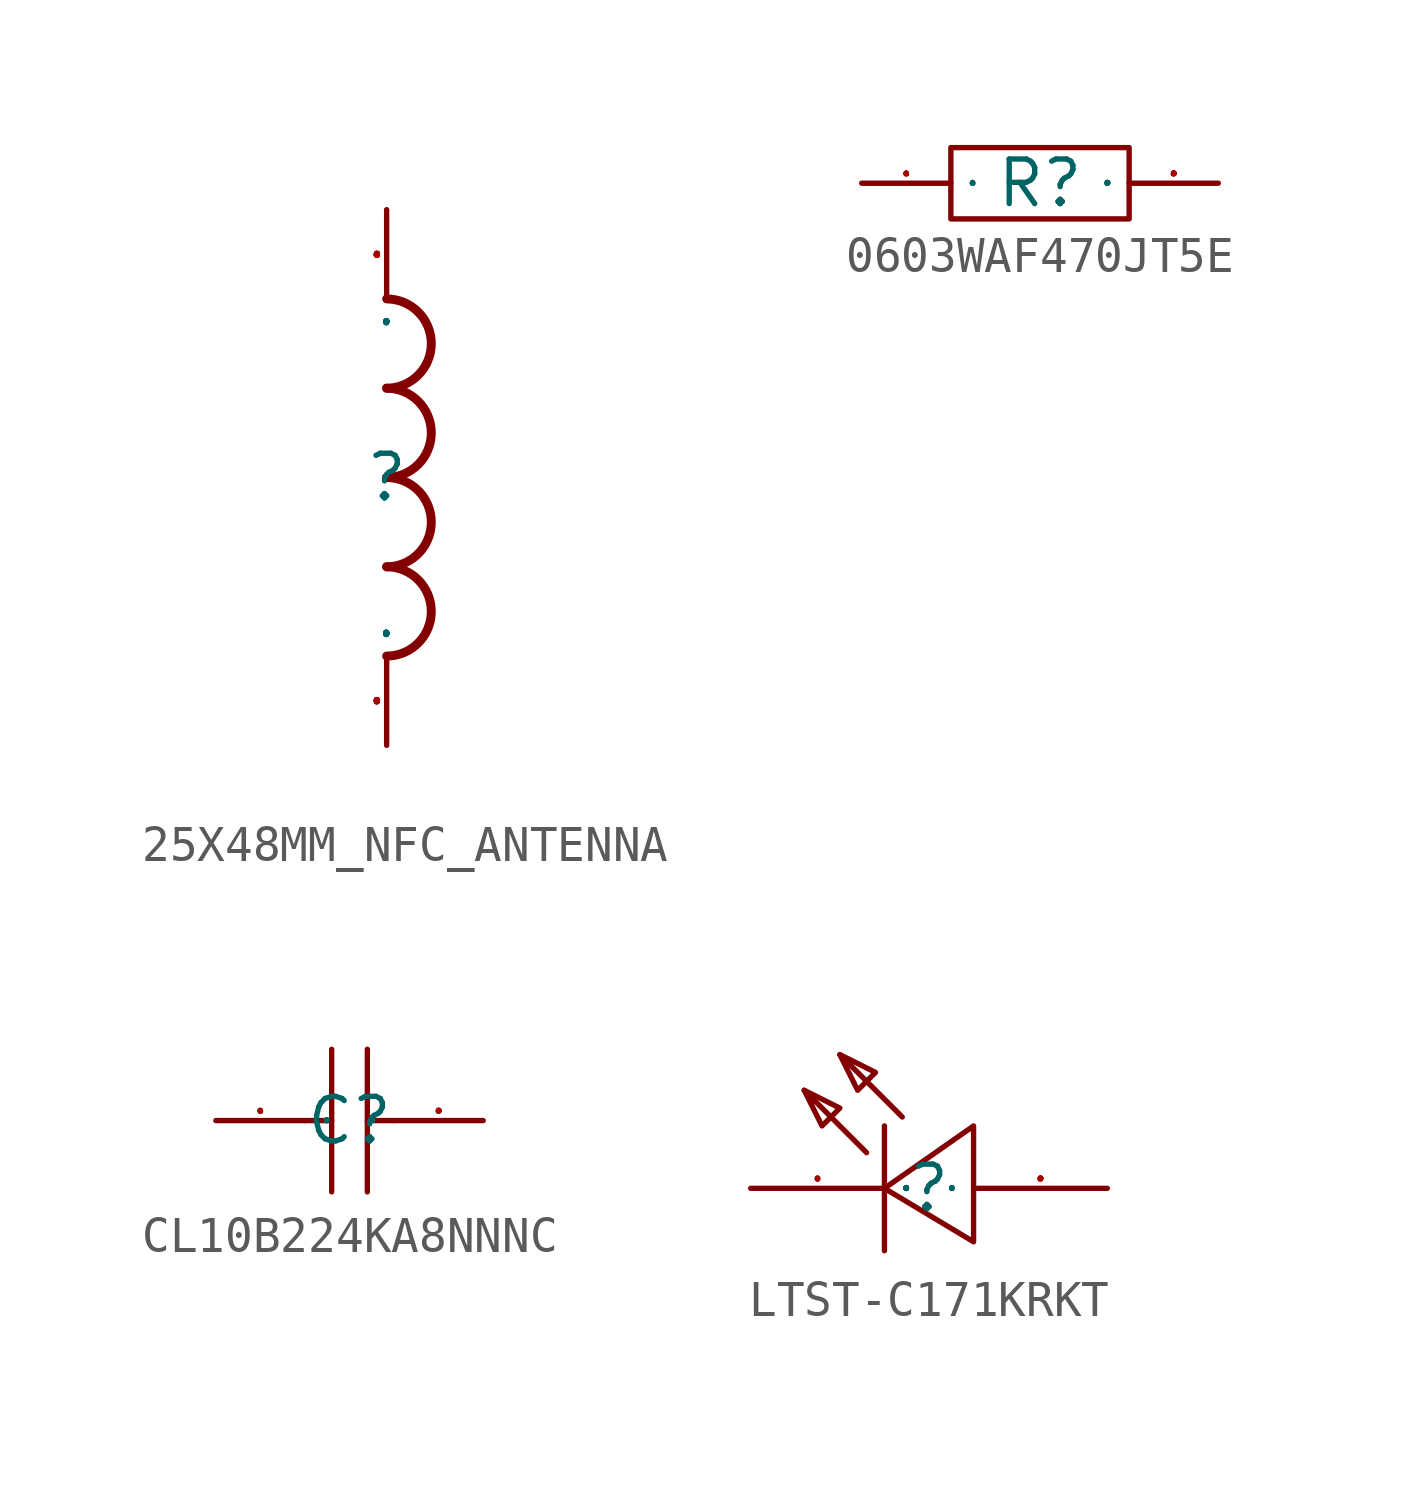
<source format=kicad_sym>
(kicad_symbol_lib
  (version 20241209)
  (generator "kicad_symbol_editor")
  (generator_version "9.0")
  (symbol "25X48MM_NFC_ANTENNA"
    (property "Reference" ""
      (at 0 0 0)
      (effects (font (size 1.27 1.27))))
    (property "Value" ""
      (at 0 0 0)
      (effects (font (size 1.27 1.27))))
    (symbol "25X48MM_NFC_ANTENNA_1_0"
      (arc (start 0 5.08) (mid 1.27 3.81) (end 0 2.54) (stroke (width 0.254) (type default)) (fill (type none)))
      (arc (start 0 2.54) (mid 1.27 1.27) (end 0 0) (stroke (width 0.254) (type default)) (fill (type none)))
      (arc (start 0 0) (mid 1.27 -1.27) (end 0 -2.54) (stroke (width 0.254) (type default)) (fill (type none)))
      (arc (start 0 -2.54) (mid 1.27 -3.81) (end 0 -5.08) (stroke (width 0.254) (type default)) (fill (type none)))
      (pin bidirectional line (at 0 7.62 270) (length 2.54) (name "P$1" (effects (font (size 0.025 0.025)))) (number "P$1" (effects (font (size 0.025 0.025)))))
      (pin bidirectional line (at 0 -7.62 90) (length 2.54) (name "P$2" (effects (font (size 0.025 0.025)))) (number "P$2" (effects (font (size 0.025 0.025)))))))
  (symbol "0603WAF470JT5E"
    (property "Reference" "R"
      (at 0 0 0)
      (effects (font (size 1.27 1.27))))
    (symbol "0603WAF470JT5E_1_0"
      (rectangle (start -2.54 -1.016) (end 2.54 1.016) (stroke (width 0) (type default)) (fill (type none)))
      (pin input line (at -5.08 0 0) (length 2.54) (name "1" (effects (font (size 0.025 0.025)))) (number "1" (effects (font (size 0.025 0.025)))))
      (pin input line (at 5.08 0 180) (length 2.54) (name "2" (effects (font (size 0.025 0.025)))) (number "2" (effects (font (size 0.025 0.025)))))))
  (symbol "CL10B224KA8NNNC"
    (property "Reference" "C"
      (at 0 0 0)
      (effects (font (size 1.27 1.27))))
    (symbol "CL10B224KA8NNNC_1_0"
      (polyline (pts (xy -1.27 0) (xy -0.508 0)) (stroke (width 0) (type default)) (fill (type none)))
      (polyline (pts (xy -0.508 2.032) (xy -0.508 -2.032)) (stroke (width 0) (type default)) (fill (type none)))
      (polyline (pts (xy 0.508 2.032) (xy 0.508 -2.032)) (stroke (width 0) (type default)) (fill (type none)))
      (polyline (pts (xy 0.508 0) (xy 1.27 0)) (stroke (width 0) (type default)) (fill (type none)))
      (pin input line (at -3.81 0 0) (length 2.54) (name "1" (effects (font (size 0.025 0.025)))) (number "1" (effects (font (size 0.025 0.025)))))
      (pin input line (at 3.81 0 180) (length 2.54) (name "2" (effects (font (size 0.025 0.025)))) (number "2" (effects (font (size 0.025 0.025)))))))
  (symbol "LTST-C171KRKT"
    (property "Reference" ""
      (at 0 0 0)
      (effects (font (size 1.27 1.27))))
    (property "Value" ""
      (at 0 0 0)
      (effects (font (size 1.27 1.27))))
    (symbol "LTST-C171KRKT_1_0"
      (polyline (pts (xy -3.556 2.794) (xy -2.54 2.286) (xy -3.048 1.778) (xy -3.556 2.794)) (stroke (width 0) (type default)) (fill (type none)))
      (polyline (pts (xy -2.54 3.81) (xy -1.524 3.302) (xy -2.032 2.794) (xy -2.54 3.81)) (stroke (width 0) (type default)) (fill (type none)))
      (polyline (pts (xy -1.778 1.016) (xy -3.556 2.794)) (stroke (width 0) (type default)) (fill (type none)))
      (polyline (pts (xy -1.27 -1.778) (xy -1.27 1.778)) (stroke (width 0) (type default)) (fill (type none)))
      (polyline (pts (xy -0.762 2.032) (xy -2.54 3.81)) (stroke (width 0) (type default)) (fill (type none)))
      (polyline (pts (xy 1.27 -1.524) (xy -1.27 0) (xy 1.27 1.778) (xy 1.27 -1.524)) (stroke (width 0) (type default)) (fill (type none)))
      (pin input line (at -5.08 0 0) (length 3.81) (name "C" (effects (font (size 0.025 0.025)))) (number "1" (effects (font (size 0.025 0.025)))))
      (pin input line (at 5.08 0 180) (length 3.81) (name "A" (effects (font (size 0.025 0.025)))) (number "2" (effects (font (size 0.025 0.025))))))))
</source>
